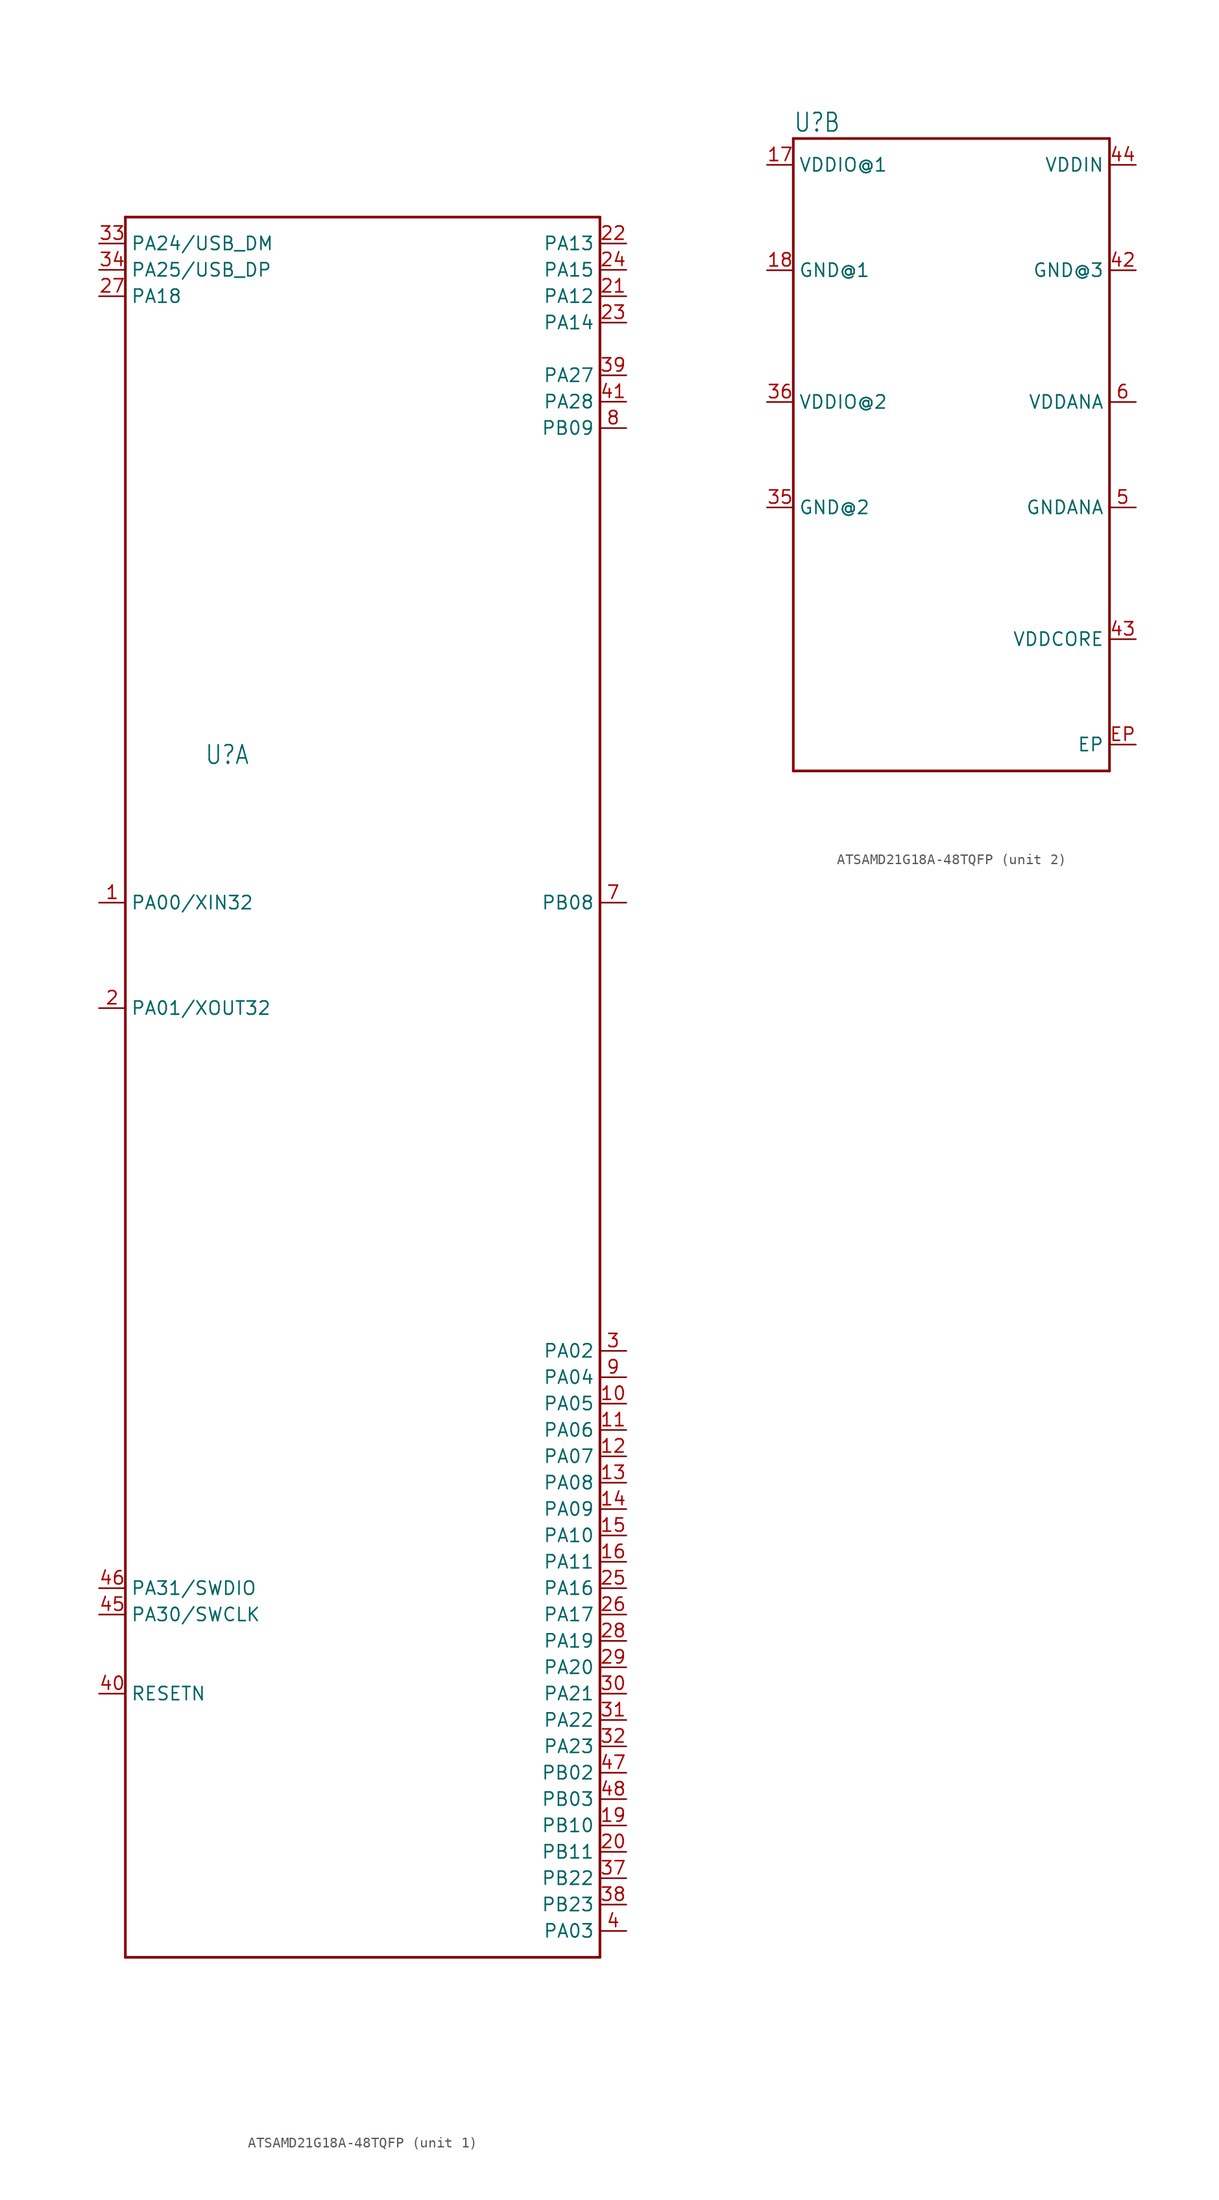
<source format=kicad_sym>
(kicad_symbol_lib
  (version 20231120)
  (generator "kicad_symbol_editor")
  (generator_version "8.0")
  (symbol "ATSAMD21G18A-48TQFP"
    (property "Reference" "U"
      (at -15.24 30.988 0)
      (effects (font (size 1.778 1.511)) (justify left bottom)))
    (property "Value" ""
      (at -15.24 -30.988 0)
      (effects (font (size 1.778 1.511)) (justify left top)))
    (property "ki_locked" ""
      (at 0 0 0)
      (effects (font (size 1.27 1.27))))
    (symbol "ATSAMD21G18A-48TQFP_1_0"
      (polyline (pts (xy -22.86 -83.82) (xy -22.86 83.82)) (stroke (width 0.254) (type solid)) (fill (type none)))
      (polyline (pts (xy -22.86 83.82) (xy 22.86 83.82)) (stroke (width 0.254) (type solid)) (fill (type none)))
      (polyline (pts (xy 22.86 -83.82) (xy -22.86 -83.82)) (stroke (width 0.254) (type solid)) (fill (type none)))
      (polyline (pts (xy 22.86 83.82) (xy 22.86 -83.82)) (stroke (width 0.254) (type solid)) (fill (type none)))
      (pin bidirectional line (at -25.4 17.78 0) (length 2.54) (name "PA00/XIN32" (effects (font (size 1.27 1.27)))) (number "1" (effects (font (size 1.27 1.27)))))
      (pin bidirectional line (at 25.4 -30.48 180) (length 2.54) (name "PA05" (effects (font (size 1.27 1.27)))) (number "10" (effects (font (size 1.27 1.27)))))
      (pin bidirectional line (at 25.4 -33.02 180) (length 2.54) (name "PA06" (effects (font (size 1.27 1.27)))) (number "11" (effects (font (size 1.27 1.27)))))
      (pin bidirectional line (at 25.4 -35.56 180) (length 2.54) (name "PA07" (effects (font (size 1.27 1.27)))) (number "12" (effects (font (size 1.27 1.27)))))
      (pin bidirectional line (at 25.4 -38.1 180) (length 2.54) (name "PA08" (effects (font (size 1.27 1.27)))) (number "13" (effects (font (size 1.27 1.27)))))
      (pin bidirectional line (at 25.4 -40.64 180) (length 2.54) (name "PA09" (effects (font (size 1.27 1.27)))) (number "14" (effects (font (size 1.27 1.27)))))
      (pin bidirectional line (at 25.4 -43.18 180) (length 2.54) (name "PA10" (effects (font (size 1.27 1.27)))) (number "15" (effects (font (size 1.27 1.27)))))
      (pin bidirectional line (at 25.4 -45.72 180) (length 2.54) (name "PA11" (effects (font (size 1.27 1.27)))) (number "16" (effects (font (size 1.27 1.27)))))
      (pin bidirectional line (at 25.4 -71.12 180) (length 2.54) (name "PB10" (effects (font (size 1.27 1.27)))) (number "19" (effects (font (size 1.27 1.27)))))
      (pin bidirectional line (at -25.4 7.62 0) (length 2.54) (name "PA01/XOUT32" (effects (font (size 1.27 1.27)))) (number "2" (effects (font (size 1.27 1.27)))))
      (pin bidirectional line (at 25.4 -73.66 180) (length 2.54) (name "PB11" (effects (font (size 1.27 1.27)))) (number "20" (effects (font (size 1.27 1.27)))))
      (pin bidirectional line (at 25.4 76.2 180) (length 2.54) (name "PA12" (effects (font (size 1.27 1.27)))) (number "21" (effects (font (size 1.27 1.27)))))
      (pin bidirectional line (at 25.4 81.28 180) (length 2.54) (name "PA13" (effects (font (size 1.27 1.27)))) (number "22" (effects (font (size 1.27 1.27)))))
      (pin bidirectional line (at 25.4 73.66 180) (length 2.54) (name "PA14" (effects (font (size 1.27 1.27)))) (number "23" (effects (font (size 1.27 1.27)))))
      (pin bidirectional line (at 25.4 78.74 180) (length 2.54) (name "PA15" (effects (font (size 1.27 1.27)))) (number "24" (effects (font (size 1.27 1.27)))))
      (pin bidirectional line (at 25.4 -48.26 180) (length 2.54) (name "PA16" (effects (font (size 1.27 1.27)))) (number "25" (effects (font (size 1.27 1.27)))))
      (pin bidirectional line (at 25.4 -50.8 180) (length 2.54) (name "PA17" (effects (font (size 1.27 1.27)))) (number "26" (effects (font (size 1.27 1.27)))))
      (pin bidirectional line (at -25.4 76.2 0) (length 2.54) (name "PA18" (effects (font (size 1.27 1.27)))) (number "27" (effects (font (size 1.27 1.27)))))
      (pin bidirectional line (at 25.4 -53.34 180) (length 2.54) (name "PA19" (effects (font (size 1.27 1.27)))) (number "28" (effects (font (size 1.27 1.27)))))
      (pin bidirectional line (at 25.4 -55.88 180) (length 2.54) (name "PA20" (effects (font (size 1.27 1.27)))) (number "29" (effects (font (size 1.27 1.27)))))
      (pin bidirectional line (at 25.4 -25.4 180) (length 2.54) (name "PA02" (effects (font (size 1.27 1.27)))) (number "3" (effects (font (size 1.27 1.27)))))
      (pin bidirectional line (at 25.4 -58.42 180) (length 2.54) (name "PA21" (effects (font (size 1.27 1.27)))) (number "30" (effects (font (size 1.27 1.27)))))
      (pin bidirectional line (at 25.4 -60.96 180) (length 2.54) (name "PA22" (effects (font (size 1.27 1.27)))) (number "31" (effects (font (size 1.27 1.27)))))
      (pin bidirectional line (at 25.4 -63.5 180) (length 2.54) (name "PA23" (effects (font (size 1.27 1.27)))) (number "32" (effects (font (size 1.27 1.27)))))
      (pin bidirectional line (at -25.4 81.28 0) (length 2.54) (name "PA24/USB_DM" (effects (font (size 1.27 1.27)))) (number "33" (effects (font (size 1.27 1.27)))))
      (pin bidirectional line (at -25.4 78.74 0) (length 2.54) (name "PA25/USB_DP" (effects (font (size 1.27 1.27)))) (number "34" (effects (font (size 1.27 1.27)))))
      (pin bidirectional line (at 25.4 -76.2 180) (length 2.54) (name "PB22" (effects (font (size 1.27 1.27)))) (number "37" (effects (font (size 1.27 1.27)))))
      (pin bidirectional line (at 25.4 -78.74 180) (length 2.54) (name "PB23" (effects (font (size 1.27 1.27)))) (number "38" (effects (font (size 1.27 1.27)))))
      (pin bidirectional line (at 25.4 68.58 180) (length 2.54) (name "PA27" (effects (font (size 1.27 1.27)))) (number "39" (effects (font (size 1.27 1.27)))))
      (pin bidirectional line (at 25.4 -81.28 180) (length 2.54) (name "PA03" (effects (font (size 1.27 1.27)))) (number "4" (effects (font (size 1.27 1.27)))))
      (pin bidirectional line (at -25.4 -58.42 0) (length 2.54) (name "RESETN" (effects (font (size 1.27 1.27)))) (number "40" (effects (font (size 1.27 1.27)))))
      (pin bidirectional line (at 25.4 66.04 180) (length 2.54) (name "PA28" (effects (font (size 1.27 1.27)))) (number "41" (effects (font (size 1.27 1.27)))))
      (pin bidirectional line (at -25.4 -50.8 0) (length 2.54) (name "PA30/SWCLK" (effects (font (size 1.27 1.27)))) (number "45" (effects (font (size 1.27 1.27)))))
      (pin bidirectional line (at -25.4 -48.26 0) (length 2.54) (name "PA31/SWDIO" (effects (font (size 1.27 1.27)))) (number "46" (effects (font (size 1.27 1.27)))))
      (pin bidirectional line (at 25.4 -66.04 180) (length 2.54) (name "PB02" (effects (font (size 1.27 1.27)))) (number "47" (effects (font (size 1.27 1.27)))))
      (pin bidirectional line (at 25.4 -68.58 180) (length 2.54) (name "PB03" (effects (font (size 1.27 1.27)))) (number "48" (effects (font (size 1.27 1.27)))))
      (pin bidirectional line (at 25.4 17.78 180) (length 2.54) (name "PB08" (effects (font (size 1.27 1.27)))) (number "7" (effects (font (size 1.27 1.27)))))
      (pin bidirectional line (at 25.4 63.5 180) (length 2.54) (name "PB09" (effects (font (size 1.27 1.27)))) (number "8" (effects (font (size 1.27 1.27)))))
      (pin bidirectional line (at 25.4 -27.94 180) (length 2.54) (name "PA04" (effects (font (size 1.27 1.27)))) (number "9" (effects (font (size 1.27 1.27))))))
    (symbol "ATSAMD21G18A-48TQFP_2_0"
      (polyline (pts (xy -15.24 -30.48) (xy -15.24 30.48)) (stroke (width 0.254) (type solid)) (fill (type none)))
      (polyline (pts (xy -15.24 30.48) (xy 15.24 30.48)) (stroke (width 0.254) (type solid)) (fill (type none)))
      (polyline (pts (xy 15.24 -30.48) (xy -15.24 -30.48)) (stroke (width 0.254) (type solid)) (fill (type none)))
      (polyline (pts (xy 15.24 30.48) (xy 15.24 -30.48)) (stroke (width 0.254) (type solid)) (fill (type none)))
      (pin power_in line (at -17.78 27.94 0) (length 2.54) (name "VDDIO@1" (effects (font (size 1.27 1.27)))) (number "17" (effects (font (size 1.27 1.27)))))
      (pin power_in line (at -17.78 17.78 0) (length 2.54) (name "GND@1" (effects (font (size 1.27 1.27)))) (number "18" (effects (font (size 1.27 1.27)))))
      (pin power_in line (at -17.78 -5.08 0) (length 2.54) (name "GND@2" (effects (font (size 1.27 1.27)))) (number "35" (effects (font (size 1.27 1.27)))))
      (pin power_in line (at -17.78 5.08 0) (length 2.54) (name "VDDIO@2" (effects (font (size 1.27 1.27)))) (number "36" (effects (font (size 1.27 1.27)))))
      (pin power_in line (at 17.78 17.78 180) (length 2.54) (name "GND@3" (effects (font (size 1.27 1.27)))) (number "42" (effects (font (size 1.27 1.27)))))
      (pin power_in line (at 17.78 -17.78 180) (length 2.54) (name "VDDCORE" (effects (font (size 1.27 1.27)))) (number "43" (effects (font (size 1.27 1.27)))))
      (pin power_in line (at 17.78 27.94 180) (length 2.54) (name "VDDIN" (effects (font (size 1.27 1.27)))) (number "44" (effects (font (size 1.27 1.27)))))
      (pin power_in line (at 17.78 -5.08 180) (length 2.54) (name "GNDANA" (effects (font (size 1.27 1.27)))) (number "5" (effects (font (size 1.27 1.27)))))
      (pin power_in line (at 17.78 5.08 180) (length 2.54) (name "VDDANA" (effects (font (size 1.27 1.27)))) (number "6" (effects (font (size 1.27 1.27)))))
      (pin passive line (at 17.78 -27.94 180) (length 2.54) (name "EP" (effects (font (size 1.27 1.27)))) (number "EP" (effects (font (size 1.27 1.27))))))))
</source>
